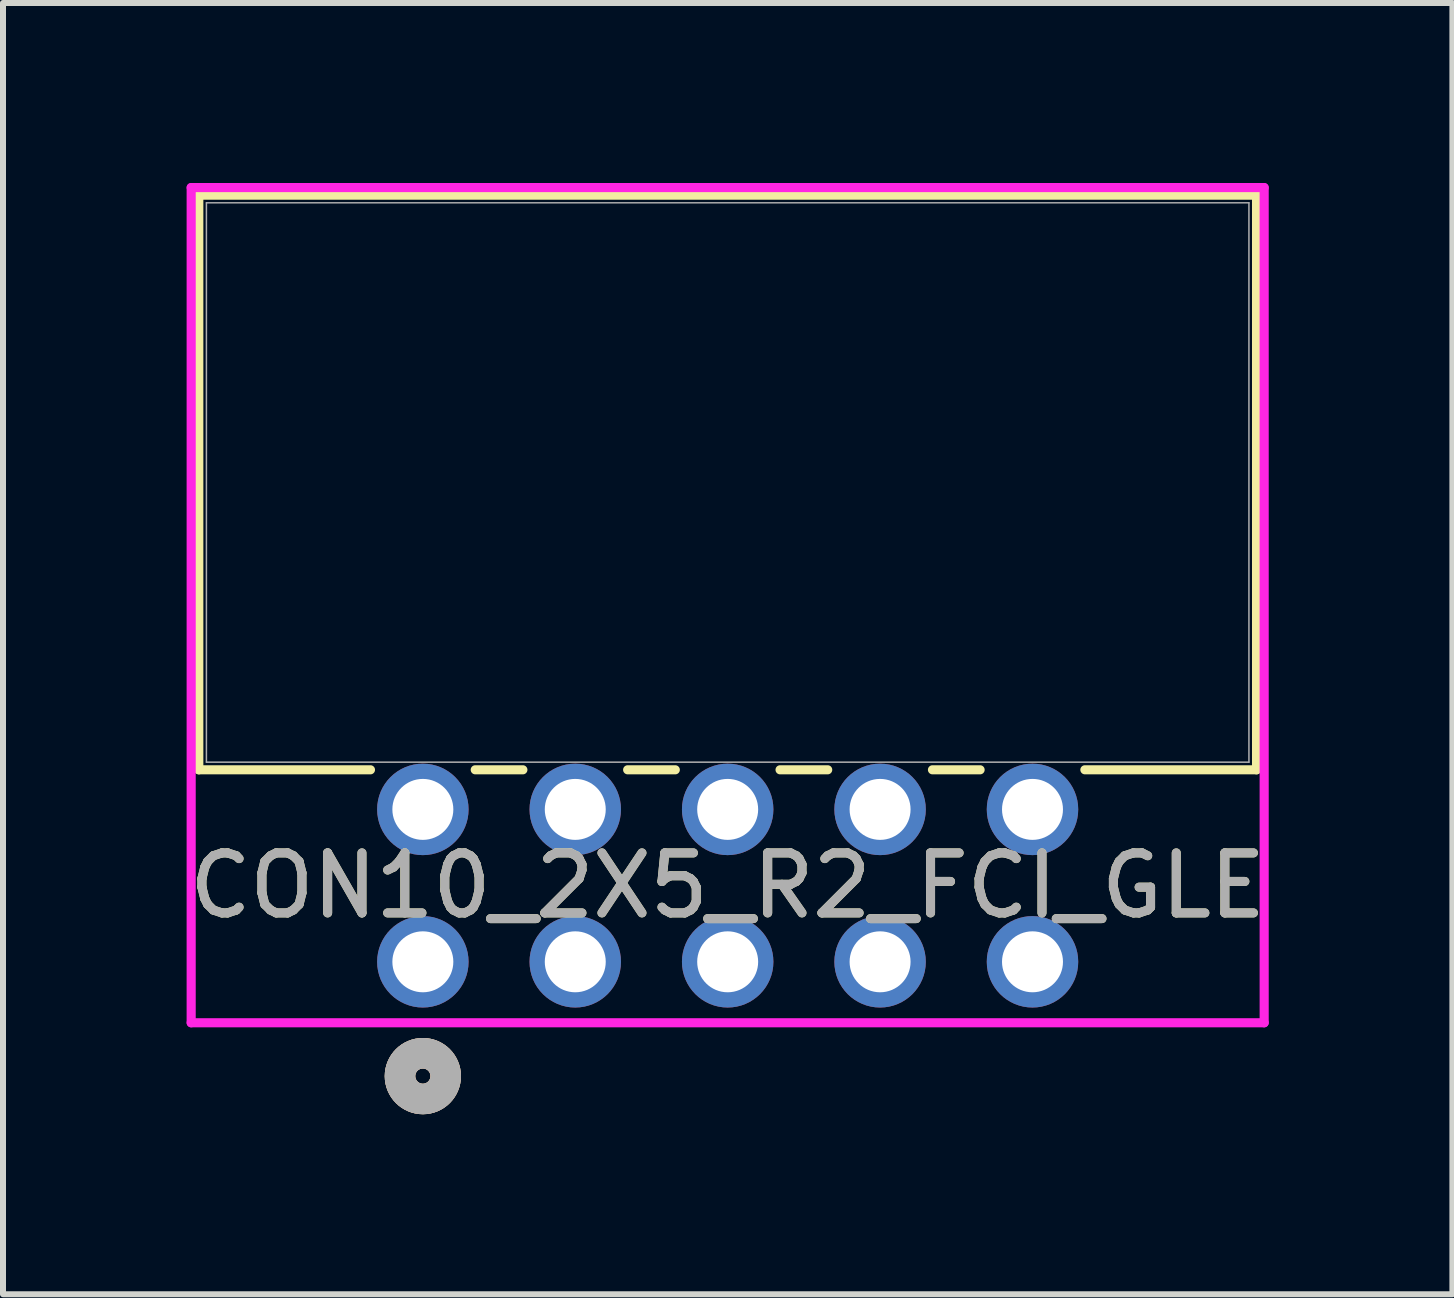
<source format=kicad_pcb>
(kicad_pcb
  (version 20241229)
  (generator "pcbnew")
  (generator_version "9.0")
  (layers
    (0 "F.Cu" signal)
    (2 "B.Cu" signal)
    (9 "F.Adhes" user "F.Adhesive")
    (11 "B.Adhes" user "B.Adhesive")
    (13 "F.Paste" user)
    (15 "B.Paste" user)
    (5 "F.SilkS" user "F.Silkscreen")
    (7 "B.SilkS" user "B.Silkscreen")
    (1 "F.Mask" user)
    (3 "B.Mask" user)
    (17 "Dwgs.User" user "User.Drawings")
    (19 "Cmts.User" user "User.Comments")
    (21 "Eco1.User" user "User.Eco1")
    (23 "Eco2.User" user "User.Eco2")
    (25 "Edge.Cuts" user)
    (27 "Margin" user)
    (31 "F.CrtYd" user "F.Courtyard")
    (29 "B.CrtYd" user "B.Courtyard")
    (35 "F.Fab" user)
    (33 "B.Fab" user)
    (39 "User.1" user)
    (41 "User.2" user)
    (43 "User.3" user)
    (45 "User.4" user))
  (footprint "CON10_2X5_R2_FCI_GLE"
    (layer "F.Cu")
    (at 3.997 12.979)
    (property "Reference" "CON10_2X5_R2_FCI_GLE" (at 5.08 -1.27 0) (unlocked yes) (layer "F.SilkS") (effects (font (size 1 1) (thickness 0.15))))
    (attr through_hole)
    (fp_line (start -3.734 -12.776) (end -3.734 -3.2) (stroke (width 0.152) (type solid)) (layer "F.SilkS"))
    (fp_line (start -3.734 -3.2) (end -0.873 -3.2) (stroke (width 0.152) (type solid)) (layer "F.SilkS"))
    (fp_line (start 0.873 -3.2) (end 1.667 -3.2) (stroke (width 0.152) (type solid)) (layer "F.SilkS"))
    (fp_line (start 3.413 -3.2) (end 4.207 -3.2) (stroke (width 0.152) (type solid)) (layer "F.SilkS"))
    (fp_line (start 5.953 -3.2) (end 6.747 -3.2) (stroke (width 0.152) (type solid)) (layer "F.SilkS"))
    (fp_line (start 8.493 -3.2) (end 9.287 -3.2) (stroke (width 0.152) (type solid)) (layer "F.SilkS"))
    (fp_line (start 11.033 -3.2) (end 13.894 -3.2) (stroke (width 0.152) (type solid)) (layer "F.SilkS"))
    (fp_line (start 13.894 -12.776) (end -3.734 -12.776) (stroke (width 0.152) (type solid)) (layer "F.SilkS"))
    (fp_line (start 13.894 -3.2) (end 13.894 -12.776) (stroke (width 0.152) (type solid)) (layer "F.SilkS"))
    (fp_circle (center 0 1.905) (end 0.381 1.905) (stroke (width 0.508) (type solid)) (fill no) (layer "F.SilkS"))
    (fp_circle (center 0 1.905) (end 0.381 1.905) (stroke (width 0.508) (type solid)) (fill no) (layer "B.SilkS"))
    (fp_line (start -3.861 -12.903) (end -3.861 1.016) (stroke (width 0.152) (type solid)) (layer "F.CrtYd"))
    (fp_line (start -3.861 1.016) (end 14.021 1.016) (stroke (width 0.152) (type solid)) (layer "F.CrtYd"))
    (fp_line (start 14.021 -12.903) (end -3.861 -12.903) (stroke (width 0.152) (type solid)) (layer "F.CrtYd"))
    (fp_line (start 14.021 1.016) (end 14.021 -12.903) (stroke (width 0.152) (type solid)) (layer "F.CrtYd"))
    (fp_line (start -3.607 -12.649) (end -3.607 -3.327) (stroke (width 0.025) (type solid)) (layer "F.Fab"))
    (fp_line (start -3.607 -3.327) (end 13.767 -3.327) (stroke (width 0.025) (type solid)) (layer "F.Fab"))
    (fp_line (start 13.767 -12.649) (end -3.607 -12.649) (stroke (width 0.025) (type solid)) (layer "F.Fab"))
    (fp_line (start 13.767 -3.327) (end 13.767 -12.649) (stroke (width 0.025) (type solid)) (layer "F.Fab"))
    (fp_circle (center 0 1.905) (end 0.381 1.905) (stroke (width 0.508) (type solid)) (fill no) (layer "F.Fab"))
    (fp_text user "${REFERENCE}" (at 5.08 -1.27 0) (unlocked yes) (layer "F.Fab") (effects (font (size 1 1) (thickness 0.15))))
    (pad "1" thru_hole circle (at 0 0) (size 1.524 1.524) (drill 1.016) (layers "*.Cu" "*.Mask"))
    (pad "2" thru_hole circle (at 0 -2.54) (size 1.524 1.524) (drill 1.016) (layers "*.Cu" "*.Mask"))
    (pad "3" thru_hole circle (at 2.54 0) (size 1.524 1.524) (drill 1.016) (layers "*.Cu" "*.Mask"))
    (pad "4" thru_hole circle (at 2.54 -2.54) (size 1.524 1.524) (drill 1.016) (layers "*.Cu" "*.Mask"))
    (pad "5" thru_hole circle (at 5.08 0) (size 1.524 1.524) (drill 1.016) (layers "*.Cu" "*.Mask"))
    (pad "6" thru_hole circle (at 5.08 -2.54) (size 1.524 1.524) (drill 1.016) (layers "*.Cu" "*.Mask"))
    (pad "7" thru_hole circle (at 7.62 0) (size 1.524 1.524) (drill 1.016) (layers "*.Cu" "*.Mask"))
    (pad "8" thru_hole circle (at 7.62 -2.54) (size 1.524 1.524) (drill 1.016) (layers "*.Cu" "*.Mask"))
    (pad "9" thru_hole circle (at 10.16 0) (size 1.524 1.524) (drill 1.016) (layers "*.Cu" "*.Mask"))
    (pad "10" thru_hole circle (at 10.16 -2.54) (size 1.524 1.524) (drill 1.016) (layers "*.Cu" "*.Mask")))
  (gr_rect
    (start -3 -3)
    (end 21.155 18.519)
    (stroke (width 0.1) (type default))
    (fill no)
    (layer "Edge.Cuts")))
</source>
